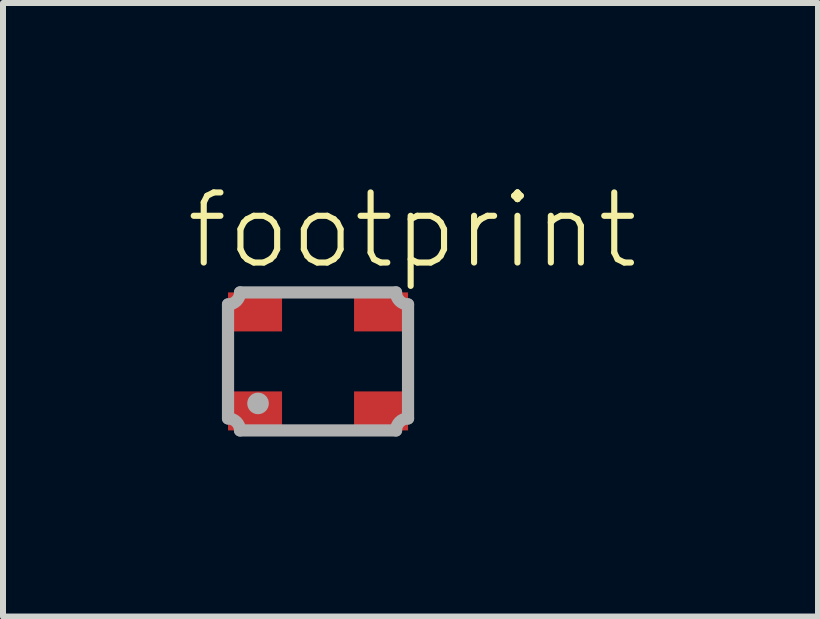
<source format=kicad_pcb>
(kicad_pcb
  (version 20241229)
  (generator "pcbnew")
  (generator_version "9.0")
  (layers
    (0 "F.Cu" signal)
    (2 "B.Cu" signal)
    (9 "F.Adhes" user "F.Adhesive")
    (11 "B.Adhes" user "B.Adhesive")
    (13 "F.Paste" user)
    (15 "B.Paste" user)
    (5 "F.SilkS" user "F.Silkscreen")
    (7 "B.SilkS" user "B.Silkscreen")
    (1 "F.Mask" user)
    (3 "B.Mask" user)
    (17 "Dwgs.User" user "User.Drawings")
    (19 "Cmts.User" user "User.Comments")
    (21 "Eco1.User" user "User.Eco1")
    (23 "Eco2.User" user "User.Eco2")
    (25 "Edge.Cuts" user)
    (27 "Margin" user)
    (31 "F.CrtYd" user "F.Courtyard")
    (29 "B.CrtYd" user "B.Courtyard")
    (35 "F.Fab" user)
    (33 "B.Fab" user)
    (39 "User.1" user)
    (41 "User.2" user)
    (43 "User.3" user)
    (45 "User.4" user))
  (footprint "footprint"
    (layer "F.Cu")
    (at 2.25 2.973)
    (property "Reference" "footprint" (at -2.25 -1.5 0) (layer "F.SilkS") (effects (font (size 1.168 1.168) (thickness 0.102)) (justify left bottom)))
    (fp_line (start -1.5 0.95) (end -1.5 -0.95) (stroke (width 0.203) (type solid)) (layer "F.Fab"))
    (fp_line (start -1.3 -1.15) (end 1.3 -1.15) (stroke (width 0.203) (type solid)) (layer "F.Fab"))
    (fp_line (start 1.3 1.15) (end -1.3 1.15) (stroke (width 0.203) (type solid)) (layer "F.Fab"))
    (fp_line (start 1.5 -0.95) (end 1.5 0.95) (stroke (width 0.203) (type solid)) (layer "F.Fab"))
    (fp_arc (start -1.5 0.95) (mid -1.358579 1.008579) (end -1.3 1.15) (stroke (width 0.2032) (type solid)) (layer "F.Fab"))
    (fp_arc (start -1.3 -1.15) (mid -1.358579 -1.008579) (end -1.5 -0.95) (stroke (width 0.2032) (type solid)) (layer "F.Fab"))
    (fp_arc (start 1.3 1.15) (mid 1.358579 1.008579) (end 1.5 0.95) (stroke (width 0.2032) (type solid)) (layer "F.Fab"))
    (fp_arc (start 1.5 -0.95) (mid 1.358579 -1.008579) (end 1.3 -1.15) (stroke (width 0.2032) (type solid)) (layer "F.Fab"))
    (fp_circle (center -1 0.7) (end -0.91 0.7) (stroke (width 0.18) (type solid)) (fill no) (layer "F.Fab"))
    (pad "1" smd rect (at -1.05 0.825) (size 0.9 0.65) (layers "F.Cu" "F.Mask" "F.Paste"))
    (pad "2" smd rect (at 1.05 0.825) (size 0.9 0.65) (layers "F.Cu" "F.Mask" "F.Paste"))
    (pad "3" smd rect (at 1.05 -0.825 180) (size 0.9 0.65) (layers "F.Cu" "F.Mask" "F.Paste"))
    (pad "4" smd rect (at -1.05 -0.825 180) (size 0.9 0.65) (layers "F.Cu" "F.Mask" "F.Paste")))
  (gr_rect
    (start -3 -3)
    (end 10.582 7.225)
    (stroke (width 0.1) (type default))
    (fill no)
    (layer "Edge.Cuts")))
</source>
